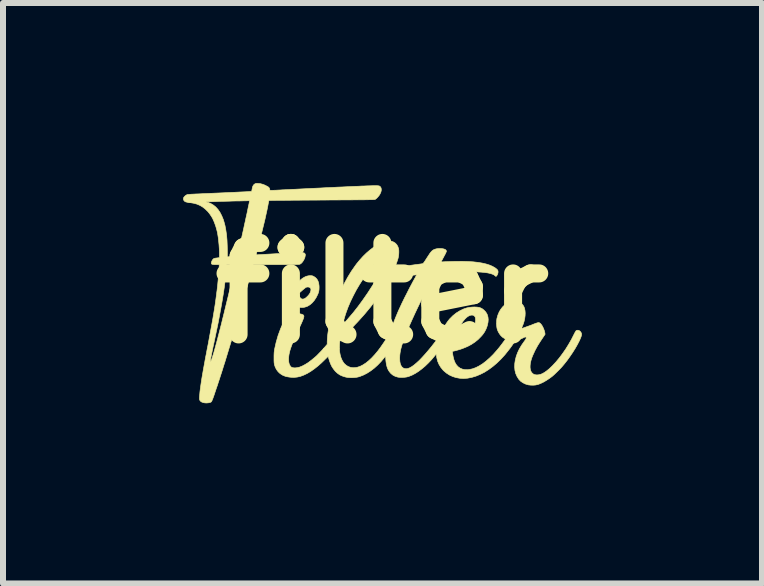
<source format=kicad_pcb>
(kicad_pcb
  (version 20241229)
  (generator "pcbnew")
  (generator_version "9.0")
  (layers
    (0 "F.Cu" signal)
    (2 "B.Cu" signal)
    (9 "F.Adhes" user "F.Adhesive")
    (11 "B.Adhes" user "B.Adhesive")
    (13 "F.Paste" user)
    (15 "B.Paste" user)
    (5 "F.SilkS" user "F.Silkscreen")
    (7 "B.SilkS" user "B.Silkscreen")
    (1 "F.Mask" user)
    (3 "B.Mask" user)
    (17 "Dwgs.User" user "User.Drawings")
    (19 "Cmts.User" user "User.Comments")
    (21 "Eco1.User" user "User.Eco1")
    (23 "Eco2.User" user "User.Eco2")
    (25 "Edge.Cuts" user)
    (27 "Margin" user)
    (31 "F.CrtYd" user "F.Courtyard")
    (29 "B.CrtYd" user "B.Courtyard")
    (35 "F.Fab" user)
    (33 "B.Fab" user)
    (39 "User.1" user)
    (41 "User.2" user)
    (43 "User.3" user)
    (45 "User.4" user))
  (footprint "filter"
    (layer "F.Cu")
    (at 3.319 1.831)
    (property "Reference" "filter" (at 0 0 0) (layer "F.SilkS") (effects (font (size 1.524 1.524) (thickness 0.3))))
    (attr through_hole)
    (fp_poly (pts (xy -1.186 -0.289) (xy -1.172 -0.288) (xy -1.159 -0.284) (xy -1.143 -0.277) (xy -1.142 -0.276) (xy -1.114 -0.257) (xy -1.091 -0.233) (xy -1.073 -0.202) (xy -1.061 -0.165) (xy -1.055 -0.122) (xy -1.054 -0.097) (xy -1.055 -0.061) (xy -1.059 -0.031) (xy -1.067 -0.002) (xy -1.077 0.023) (xy -1.104 0.077) (xy -1.135 0.124) (xy -1.169 0.163) (xy -1.206 0.195) (xy -1.246 0.219) (xy -1.272 0.229) (xy -1.309 0.239) (xy -1.346 0.241) (xy -1.381 0.237) (xy -1.412 0.226) (xy -1.437 0.208) (xy -1.458 0.184) (xy -1.468 0.166) (xy -1.473 0.153) (xy -1.477 0.142) (xy -1.479 0.129) (xy -1.479 0.112) (xy -1.48 0.102) (xy -1.479 0.082) (xy -1.478 0.068) (xy -1.476 0.057) (xy -1.471 0.047) (xy -1.468 0.04) (xy -1.456 0.024) (xy -1.442 0.011) (xy -1.427 0.002) (xy -1.422 0.001) (xy -1.392 0.001) (xy -1.389 0.005) (xy -1.386 0.012) (xy -1.385 0.024) (xy -1.384 0.032) (xy -1.381 0.057) (xy -1.37 0.077) (xy -1.355 0.092) (xy -1.338 0.1) (xy -1.319 0.1) (xy -1.297 0.094) (xy -1.296 0.093) (xy -1.281 0.084) (xy -1.263 0.069) (xy -1.244 0.051) (xy -1.227 0.032) (xy -1.213 0.013) (xy -1.205 -0.001) (xy -1.195 -0.026) (xy -1.19 -0.049) (xy -1.191 -0.069) (xy -1.193 -0.075) (xy -1.203 -0.088) (xy -1.218 -0.097) (xy -1.237 -0.101) (xy -1.256 -0.1) (xy -1.273 -0.095) (xy -1.281 -0.089) (xy -1.294 -0.079) (xy -1.31 -0.066) (xy -1.328 -0.051) (xy -1.336 -0.044) (xy -1.353 -0.029) (xy -1.368 -0.016) (xy -1.38 -0.006) (xy -1.387 -0.001) (xy -1.389 0) (xy -1.392 0.001) (xy -1.422 0.001) (xy -1.417 0) (xy -1.416 -0.003) (xy -1.421 -0.01) (xy -1.431 -0.021) (xy -1.433 -0.022) (xy -1.448 -0.039) (xy -1.457 -0.056) (xy -1.46 -0.073) (xy -1.457 -0.092) (xy -1.448 -0.114) (xy -1.436 -0.135) (xy -1.422 -0.157) (xy -1.402 -0.181) (xy -1.378 -0.205) (xy -1.354 -0.227) (xy -1.331 -0.245) (xy -1.318 -0.253) (xy -1.288 -0.27) (xy -1.26 -0.281) (xy -1.234 -0.287) (xy -1.206 -0.29) (xy -1.204 -0.29) (xy -1.186 -0.289)) (stroke (width 0.01) (type solid)) (fill yes) (layer "F.SilkS"))
    (fp_poly (pts (xy -2.075 -1.826) (xy -2.038 -1.823) (xy -1.998 -1.813) (xy -1.958 -1.798) (xy -1.919 -1.778) (xy -1.9 -1.767) (xy -1.885 -1.752) (xy -1.877 -1.733) (xy -1.875 -1.72) (xy -1.875 -1.717) (xy -1.875 -1.715) (xy -1.873 -1.713) (xy -1.87 -1.712) (xy -1.864 -1.711) (xy -1.854 -1.711) (xy -1.841 -1.711) (xy -1.823 -1.711) (xy -1.8 -1.712) (xy -1.77 -1.713) (xy -1.734 -1.715) (xy -1.691 -1.717) (xy -1.668 -1.719) (xy -1.637 -1.72) (xy -1.599 -1.722) (xy -1.554 -1.724) (xy -1.504 -1.727) (xy -1.45 -1.729) (xy -1.393 -1.732) (xy -1.334 -1.735) (xy -1.274 -1.738) (xy -1.214 -1.741) (xy -1.155 -1.744) (xy -1.154 -1.744) (xy -1.04 -1.749) (xy -0.934 -1.755) (xy -0.836 -1.759) (xy -0.746 -1.764) (xy -0.663 -1.767) (xy -0.586 -1.771) (xy -0.517 -1.774) (xy -0.454 -1.777) (xy -0.396 -1.779) (xy -0.345 -1.782) (xy -0.299 -1.783) (xy -0.258 -1.785) (xy -0.221 -1.786) (xy -0.189 -1.787) (xy -0.162 -1.788) (xy -0.138 -1.788) (xy -0.118 -1.788) (xy -0.101 -1.788) (xy -0.087 -1.788) (xy -0.075 -1.787) (xy -0.066 -1.786) (xy -0.059 -1.785) (xy -0.054 -1.784) (xy -0.05 -1.783) (xy -0.049 -1.782) (xy -0.032 -1.769) (xy -0.022 -1.751) (xy -0.018 -1.729) (xy -0.019 -1.704) (xy -0.027 -1.675) (xy -0.042 -1.645) (xy -0.045 -1.639) (xy -0.06 -1.618) (xy -0.078 -1.597) (xy -0.096 -1.578) (xy -0.114 -1.564) (xy -0.117 -1.562) (xy -0.118 -1.561) (xy -0.121 -1.56) (xy -0.123 -1.559) (xy -0.127 -1.558) (xy -0.132 -1.558) (xy -0.139 -1.557) (xy -0.148 -1.557) (xy -0.16 -1.556) (xy -0.174 -1.555) (xy -0.191 -1.555) (xy -0.212 -1.555) (xy -0.237 -1.554) (xy -0.266 -1.554) (xy -0.299 -1.553) (xy -0.337 -1.553) (xy -0.381 -1.553) (xy -0.43 -1.552) (xy -0.484 -1.552) (xy -0.545 -1.551) (xy -0.613 -1.551) (xy -0.687 -1.551) (xy -0.769 -1.55) (xy -0.858 -1.55) (xy -0.956 -1.549) (xy -1.008 -1.549) (xy -1.094 -1.548) (xy -1.177 -1.548) (xy -1.258 -1.547) (xy -1.335 -1.547) (xy -1.41 -1.546) (xy -1.48 -1.546) (xy -1.546 -1.545) (xy -1.608 -1.545) (xy -1.664 -1.544) (xy -1.716 -1.544) (xy -1.761 -1.544) (xy -1.8 -1.543) (xy -1.833 -1.543) (xy -1.858 -1.542) (xy -1.876 -1.542) (xy -1.887 -1.542) (xy -1.889 -1.541) (xy -1.891 -1.536) (xy -1.894 -1.525) (xy -1.897 -1.507) (xy -1.902 -1.486) (xy -1.905 -1.467) (xy -1.914 -1.42) (xy -1.925 -1.366) (xy -1.939 -1.304) (xy -1.954 -1.235) (xy -1.972 -1.16) (xy -1.992 -1.079) (xy -2.013 -0.992) (xy -2.036 -0.899) (xy -2.061 -0.802) (xy -2.074 -0.752) (xy -2.082 -0.722) (xy -2.088 -0.695) (xy -2.094 -0.672) (xy -2.099 -0.654) (xy -2.102 -0.642) (xy -2.103 -0.637) (xy -2.103 -0.637) (xy -2.098 -0.637) (xy -2.087 -0.637) (xy -2.069 -0.638) (xy -2.045 -0.64) (xy -2.017 -0.641) (xy -1.986 -0.643) (xy -1.973 -0.644) (xy -1.86 -0.65) (xy -1.755 -0.656) (xy -1.657 -0.66) (xy -1.567 -0.664) (xy -1.485 -0.666) (xy -1.436 -0.667) (xy -1.305 -0.67) (xy -1.293 -0.659) (xy -1.287 -0.652) (xy -1.284 -0.645) (xy -1.283 -0.636) (xy -1.285 -0.621) (xy -1.285 -0.621) (xy -1.29 -0.595) (xy -1.301 -0.567) (xy -1.315 -0.541) (xy -1.331 -0.517) (xy -1.349 -0.497) (xy -1.367 -0.484) (xy -1.369 -0.483) (xy -1.372 -0.481) (xy -1.376 -0.48) (xy -1.38 -0.479) (xy -1.385 -0.478) (xy -1.393 -0.477) (xy -1.402 -0.476) (xy -1.415 -0.476) (xy -1.431 -0.475) (xy -1.452 -0.475) (xy -1.476 -0.475) (xy -1.506 -0.474) (xy -1.541 -0.474) (xy -1.583 -0.474) (xy -1.631 -0.474) (xy -1.687 -0.474) (xy -1.75 -0.474) (xy -2.149 -0.474) (xy -2.212 -0.247) (xy -2.243 -0.136) (xy -2.276 -0.018) (xy -2.311 0.106) (xy -2.348 0.234) (xy -2.387 0.365) (xy -2.426 0.499) (xy -2.466 0.634) (xy -2.507 0.768) (xy -2.548 0.902) (xy -2.588 1.033) (xy -2.627 1.161) (xy -2.629 1.166) (xy -2.645 1.216) (xy -2.661 1.268) (xy -2.678 1.322) (xy -2.696 1.376) (xy -2.713 1.43) (xy -2.731 1.483) (xy -2.747 1.534) (xy -2.764 1.582) (xy -2.779 1.627) (xy -2.793 1.669) (xy -2.805 1.705) (xy -2.816 1.736) (xy -2.825 1.76) (xy -2.832 1.777) (xy -2.833 1.78) (xy -2.84 1.796) (xy -2.846 1.807) (xy -2.851 1.813) (xy -2.859 1.818) (xy -2.868 1.822) (xy -2.894 1.828) (xy -2.925 1.831) (xy -2.955 1.83) (xy -2.982 1.825) (xy -2.983 1.825) (xy -3.01 1.815) (xy -3.03 1.801) (xy -3.042 1.784) (xy -3.044 1.777) (xy -3.046 1.769) (xy -3.047 1.76) (xy -3.047 1.746) (xy -3.046 1.728) (xy -3.044 1.704) (xy -3.042 1.683) (xy -3.038 1.639) (xy -3.032 1.592) (xy -3.025 1.541) (xy -3.017 1.487) (xy -3.008 1.427) (xy -2.997 1.363) (xy -2.985 1.293) (xy -2.971 1.216) (xy -2.956 1.135) (xy -2.866 1.135) (xy -2.865 1.141) (xy -2.863 1.141) (xy -2.861 1.139) (xy -2.856 1.132) (xy -2.85 1.12) (xy -2.844 1.104) (xy -2.841 1.096) (xy -2.832 1.07) (xy -2.821 1.035) (xy -2.808 0.993) (xy -2.794 0.944) (xy -2.779 0.889) (xy -2.762 0.827) (xy -2.744 0.759) (xy -2.725 0.685) (xy -2.705 0.607) (xy -2.683 0.523) (xy -2.662 0.436) (xy -2.639 0.344) (xy -2.616 0.249) (xy -2.592 0.15) (xy -2.567 0.049) (xy -2.543 -0.054) (xy -2.518 -0.159) (xy -2.493 -0.267) (xy -2.487 -0.291) (xy -2.479 -0.328) (xy -2.471 -0.363) (xy -2.464 -0.395) (xy -2.457 -0.422) (xy -2.453 -0.443) (xy -2.449 -0.459) (xy -2.447 -0.468) (xy -2.447 -0.47) (xy -2.451 -0.472) (xy -2.463 -0.473) (xy -2.481 -0.474) (xy -2.505 -0.474) (xy -2.52 -0.474) (xy -2.593 -0.474) (xy -2.601 -0.386) (xy -2.609 -0.295) (xy -2.62 -0.198) (xy -2.633 -0.097) (xy -2.649 0.01) (xy -2.667 0.122) (xy -2.688 0.241) (xy -2.711 0.366) (xy -2.736 0.499) (xy -2.765 0.638) (xy -2.79 0.756) (xy -2.804 0.823) (xy -2.817 0.882) (xy -2.828 0.934) (xy -2.837 0.979) (xy -2.845 1.017) (xy -2.851 1.049) (xy -2.856 1.075) (xy -2.86 1.096) (xy -2.863 1.112) (xy -2.864 1.122) (xy -2.866 1.135) (xy -2.956 1.135) (xy -2.956 1.133) (xy -2.939 1.042) (xy -2.935 1.024) (xy -2.917 0.927) (xy -2.899 0.837) (xy -2.884 0.754) (xy -2.87 0.678) (xy -2.857 0.608) (xy -2.845 0.543) (xy -2.834 0.483) (xy -2.824 0.427) (xy -2.815 0.374) (xy -2.807 0.325) (xy -2.799 0.278) (xy -2.792 0.232) (xy -2.785 0.188) (xy -2.779 0.145) (xy -2.773 0.101) (xy -2.767 0.057) (xy -2.761 0.012) (xy -2.761 0.008) (xy -2.754 -0.043) (xy -2.748 -0.096) (xy -2.742 -0.15) (xy -2.737 -0.203) (xy -2.732 -0.254) (xy -2.727 -0.303) (xy -2.724 -0.348) (xy -2.721 -0.388) (xy -2.719 -0.421) (xy -2.718 -0.448) (xy -2.718 -0.454) (xy -2.718 -0.474) (xy -2.774 -0.474) (xy -2.801 -0.474) (xy -2.821 -0.476) (xy -2.835 -0.479) (xy -2.843 -0.483) (xy -2.848 -0.49) (xy -2.849 -0.499) (xy -2.849 -0.501) (xy -2.846 -0.517) (xy -2.839 -0.536) (xy -2.829 -0.553) (xy -2.817 -0.567) (xy -2.816 -0.568) (xy -2.809 -0.573) (xy -2.8 -0.577) (xy -2.787 -0.58) (xy -2.769 -0.583) (xy -2.758 -0.584) (xy -2.714 -0.59) (xy -2.714 -0.637) (xy -2.714 -0.69) (xy -2.717 -0.746) (xy -2.721 -0.805) (xy -2.727 -0.863) (xy -2.733 -0.919) (xy -2.741 -0.97) (xy -2.747 -1.007) (xy -2.759 -1.055) (xy -2.773 -1.105) (xy -2.79 -1.154) (xy -2.808 -1.2) (xy -2.827 -1.241) (xy -2.833 -1.253) (xy -2.867 -1.306) (xy -2.905 -1.355) (xy -2.948 -1.397) (xy -2.961 -1.408) (xy -3.001 -1.438) (xy -3.044 -1.462) (xy -3.089 -1.481) (xy -3.14 -1.495) (xy -3.196 -1.505) (xy -3.219 -1.508) (xy -3.24 -1.51) (xy -3.259 -1.514) (xy -3.273 -1.518) (xy -2.936 -1.518) (xy -2.908 -1.51) (xy -2.86 -1.492) (xy -2.816 -1.466) (xy -2.775 -1.433) (xy -2.738 -1.392) (xy -2.705 -1.344) (xy -2.676 -1.288) (xy -2.65 -1.225) (xy -2.64 -1.193) (xy -2.622 -1.127) (xy -2.608 -1.053) (xy -2.596 -0.972) (xy -2.588 -0.883) (xy -2.584 -0.786) (xy -2.582 -0.689) (xy -2.582 -0.601) (xy -2.573 -0.603) (xy -2.566 -0.604) (xy -2.551 -0.605) (xy -2.532 -0.607) (xy -2.509 -0.609) (xy -2.489 -0.61) (xy -2.465 -0.612) (xy -2.444 -0.613) (xy -2.428 -0.614) (xy -2.417 -0.615) (xy -2.414 -0.616) (xy -2.412 -0.62) (xy -2.409 -0.633) (xy -2.405 -0.652) (xy -2.399 -0.677) (xy -2.392 -0.708) (xy -2.384 -0.744) (xy -2.375 -0.785) (xy -2.365 -0.829) (xy -2.354 -0.877) (xy -2.343 -0.927) (xy -2.332 -0.978) (xy -2.32 -1.031) (xy -2.308 -1.085) (xy -2.297 -1.138) (xy -2.285 -1.19) (xy -2.274 -1.242) (xy -2.263 -1.291) (xy -2.253 -1.337) (xy -2.244 -1.381) (xy -2.236 -1.42) (xy -2.229 -1.454) (xy -2.222 -1.484) (xy -2.218 -1.507) (xy -2.214 -1.524) (xy -2.213 -1.534) (xy -2.212 -1.536) (xy -2.217 -1.537) (xy -2.229 -1.537) (xy -2.248 -1.537) (xy -2.273 -1.536) (xy -2.304 -1.536) (xy -2.339 -1.535) (xy -2.377 -1.534) (xy -2.419 -1.534) (xy -2.463 -1.533) (xy -2.508 -1.532) (xy -2.553 -1.53) (xy -2.599 -1.529) (xy -2.643 -1.528) (xy -2.686 -1.527) (xy -2.725 -1.526) (xy -2.762 -1.524) (xy -2.794 -1.523) (xy -2.817 -1.522) (xy -2.936 -1.518) (xy -3.273 -1.518) (xy -3.274 -1.518) (xy -3.28 -1.52) (xy -3.297 -1.531) (xy -3.309 -1.547) (xy -3.314 -1.565) (xy -3.312 -1.584) (xy -3.309 -1.591) (xy -3.297 -1.607) (xy -3.281 -1.622) (xy -3.263 -1.634) (xy -3.259 -1.636) (xy -3.255 -1.637) (xy -3.252 -1.639) (xy -3.249 -1.64) (xy -3.244 -1.641) (xy -3.238 -1.642) (xy -3.229 -1.642) (xy -3.219 -1.643) (xy -3.205 -1.644) (xy -3.187 -1.646) (xy -3.165 -1.647) (xy -3.139 -1.648) (xy -3.107 -1.65) (xy -3.07 -1.651) (xy -3.027 -1.653) (xy -2.976 -1.656) (xy -2.919 -1.658) (xy -2.854 -1.661) (xy -2.831 -1.662) (xy -2.733 -1.666) (xy -2.644 -1.67) (xy -2.563 -1.674) (xy -2.489 -1.677) (xy -2.424 -1.68) (xy -2.367 -1.683) (xy -2.318 -1.685) (xy -2.276 -1.687) (xy -2.242 -1.689) (xy -2.215 -1.691) (xy -2.196 -1.692) (xy -2.184 -1.693) (xy -2.179 -1.694) (xy -2.178 -1.694) (xy -2.177 -1.698) (xy -2.174 -1.709) (xy -2.171 -1.725) (xy -2.17 -1.733) (xy -2.164 -1.76) (xy -2.157 -1.781) (xy -2.148 -1.796) (xy -2.137 -1.809) (xy -2.13 -1.814) (xy -2.12 -1.82) (xy -2.112 -1.824) (xy -2.102 -1.826) (xy -2.088 -1.826) (xy -2.075 -1.826)) (stroke (width 0.01) (type solid)) (fill yes) (layer "F.SilkS"))
    (fp_poly (pts (xy 0.156 -0.862) (xy 0.188 -0.849) (xy 0.217 -0.83) (xy 0.24 -0.805) (xy 0.258 -0.774) (xy 0.27 -0.738) (xy 0.271 -0.733) (xy 0.274 -0.706) (xy 0.274 -0.674) (xy 0.272 -0.639) (xy 0.267 -0.604) (xy 0.261 -0.576) (xy 0.255 -0.557) (xy 0.247 -0.533) (xy 0.238 -0.506) (xy 0.229 -0.481) (xy 0.228 -0.48) (xy 0.221 -0.459) (xy 0.215 -0.442) (xy 0.21 -0.429) (xy 0.208 -0.422) (xy 0.208 -0.421) (xy 0.213 -0.421) (xy 0.223 -0.423) (xy 0.238 -0.425) (xy 0.239 -0.425) (xy 0.26 -0.429) (xy 0.288 -0.434) (xy 0.321 -0.439) (xy 0.358 -0.445) (xy 0.398 -0.451) (xy 0.438 -0.457) (xy 0.478 -0.463) (xy 0.516 -0.468) (xy 0.55 -0.473) (xy 0.578 -0.476) (xy 0.605 -0.48) (xy 0.629 -0.483) (xy 0.65 -0.486) (xy 0.665 -0.489) (xy 0.674 -0.49) (xy 0.675 -0.491) (xy 0.68 -0.495) (xy 0.689 -0.506) (xy 0.7 -0.521) (xy 0.713 -0.54) (xy 0.727 -0.562) (xy 0.728 -0.564) (xy 0.752 -0.601) (xy 0.772 -0.631) (xy 0.788 -0.656) (xy 0.803 -0.676) (xy 0.816 -0.691) (xy 0.828 -0.703) (xy 0.839 -0.712) (xy 0.85 -0.719) (xy 0.863 -0.725) (xy 0.875 -0.73) (xy 0.901 -0.737) (xy 0.929 -0.741) (xy 0.957 -0.742) (xy 0.986 -0.741) (xy 1.012 -0.737) (xy 1.034 -0.731) (xy 1.051 -0.723) (xy 1.062 -0.712) (xy 1.062 -0.711) (xy 1.066 -0.7) (xy 1.067 -0.694) (xy 1.065 -0.688) (xy 1.059 -0.675) (xy 1.051 -0.658) (xy 1.04 -0.636) (xy 1.027 -0.613) (xy 1.022 -0.602) (xy 1.009 -0.579) (xy 0.998 -0.557) (xy 0.988 -0.54) (xy 0.982 -0.527) (xy 0.979 -0.52) (xy 0.978 -0.519) (xy 0.983 -0.519) (xy 0.994 -0.519) (xy 1.011 -0.52) (xy 1.03 -0.521) (xy 1.031 -0.521) (xy 1.048 -0.522) (xy 1.072 -0.523) (xy 1.101 -0.524) (xy 1.134 -0.525) (xy 1.17 -0.526) (xy 1.207 -0.527) (xy 1.226 -0.527) (xy 1.329 -0.528) (xy 1.424 -0.525) (xy 1.511 -0.52) (xy 1.591 -0.511) (xy 1.663 -0.499) (xy 1.728 -0.484) (xy 1.785 -0.466) (xy 1.834 -0.445) (xy 1.877 -0.42) (xy 1.891 -0.41) (xy 1.908 -0.395) (xy 1.92 -0.382) (xy 1.925 -0.369) (xy 1.927 -0.353) (xy 1.927 -0.35) (xy 1.925 -0.334) (xy 1.92 -0.317) (xy 1.912 -0.3) (xy 1.904 -0.287) (xy 1.897 -0.28) (xy 1.89 -0.278) (xy 1.882 -0.283) (xy 1.879 -0.286) (xy 1.861 -0.301) (xy 1.834 -0.314) (xy 1.8 -0.325) (xy 1.757 -0.335) (xy 1.707 -0.342) (xy 1.648 -0.348) (xy 1.582 -0.352) (xy 1.507 -0.355) (xy 1.424 -0.355) (xy 1.333 -0.354) (xy 1.234 -0.351) (xy 1.127 -0.347) (xy 1.018 -0.341) (xy 0.988 -0.339) (xy 0.96 -0.337) (xy 0.935 -0.335) (xy 0.915 -0.334) (xy 0.9 -0.333) (xy 0.895 -0.332) (xy 0.877 -0.33) (xy 0.801 -0.183) (xy 0.743 -0.071) (xy 0.689 0.038) (xy 0.636 0.143) (xy 0.587 0.245) (xy 0.541 0.342) (xy 0.499 0.434) (xy 0.46 0.521) (xy 0.425 0.603) (xy 0.394 0.678) (xy 0.367 0.747) (xy 0.362 0.76) (xy 0.342 0.817) (xy 0.325 0.868) (xy 0.312 0.914) (xy 0.302 0.956) (xy 0.295 0.996) (xy 0.29 1.036) (xy 0.288 1.075) (xy 0.288 1.096) (xy 0.291 1.14) (xy 0.298 1.177) (xy 0.31 1.207) (xy 0.326 1.231) (xy 0.346 1.248) (xy 0.369 1.258) (xy 0.397 1.261) (xy 0.427 1.256) (xy 0.458 1.244) (xy 0.491 1.225) (xy 0.529 1.198) (xy 0.569 1.164) (xy 0.614 1.123) (xy 0.661 1.074) (xy 0.712 1.018) (xy 0.766 0.955) (xy 0.824 0.885) (xy 0.83 0.876) (xy 0.864 0.833) (xy 0.867 0.83) (xy 1.178 0.83) (xy 1.181 0.832) (xy 1.186 0.832) (xy 1.196 0.83) (xy 1.212 0.826) (xy 1.234 0.82) (xy 1.24 0.818) (xy 1.299 0.798) (xy 1.352 0.772) (xy 1.4 0.739) (xy 1.443 0.701) (xy 1.479 0.656) (xy 1.509 0.606) (xy 1.533 0.551) (xy 1.539 0.531) (xy 1.546 0.504) (xy 1.55 0.477) (xy 1.552 0.451) (xy 1.551 0.427) (xy 1.548 0.408) (xy 1.543 0.395) (xy 1.543 0.395) (xy 1.528 0.379) (xy 1.513 0.37) (xy 1.494 0.367) (xy 1.489 0.367) (xy 1.462 0.371) (xy 1.434 0.384) (xy 1.405 0.404) (xy 1.376 0.432) (xy 1.346 0.468) (xy 1.316 0.511) (xy 1.285 0.562) (xy 1.255 0.619) (xy 1.245 0.64) (xy 1.235 0.663) (xy 1.224 0.689) (xy 1.213 0.717) (xy 1.202 0.746) (xy 1.193 0.773) (xy 1.185 0.797) (xy 1.181 0.815) (xy 1.179 0.82) (xy 1.178 0.826) (xy 1.178 0.83) (xy 0.867 0.83) (xy 0.893 0.796) (xy 0.916 0.765) (xy 0.935 0.739) (xy 0.95 0.717) (xy 0.961 0.7) (xy 0.967 0.686) (xy 0.968 0.685) (xy 0.988 0.641) (xy 1.011 0.595) (xy 1.037 0.549) (xy 1.065 0.506) (xy 1.093 0.466) (xy 1.12 0.432) (xy 1.123 0.429) (xy 1.175 0.377) (xy 1.231 0.332) (xy 1.291 0.295) (xy 1.354 0.265) (xy 1.364 0.261) (xy 1.404 0.248) (xy 1.447 0.239) (xy 1.49 0.234) (xy 1.533 0.232) (xy 1.574 0.234) (xy 1.609 0.239) (xy 1.632 0.246) (xy 1.664 0.262) (xy 1.693 0.285) (xy 1.719 0.312) (xy 1.739 0.343) (xy 1.748 0.362) (xy 1.759 0.401) (xy 1.763 0.443) (xy 1.76 0.484) (xy 1.759 0.491) (xy 1.746 0.548) (xy 1.727 0.599) (xy 1.703 0.646) (xy 1.672 0.691) (xy 1.644 0.723) (xy 1.595 0.773) (xy 1.542 0.816) (xy 1.485 0.854) (xy 1.426 0.886) (xy 1.392 0.901) (xy 1.353 0.917) (xy 1.31 0.933) (xy 1.268 0.946) (xy 1.229 0.957) (xy 1.211 0.962) (xy 1.168 0.971) (xy 1.168 0.989) (xy 1.17 1.005) (xy 1.173 1.027) (xy 1.177 1.051) (xy 1.183 1.077) (xy 1.189 1.101) (xy 1.194 1.118) (xy 1.212 1.162) (xy 1.235 1.199) (xy 1.263 1.229) (xy 1.296 1.252) (xy 1.332 1.267) (xy 1.373 1.276) (xy 1.418 1.277) (xy 1.443 1.274) (xy 1.498 1.263) (xy 1.554 1.243) (xy 1.61 1.215) (xy 1.668 1.179) (xy 1.727 1.134) (xy 1.786 1.082) (xy 1.847 1.022) (xy 1.907 0.954) (xy 1.942 0.912) (xy 1.958 0.892) (xy 1.975 0.87) (xy 1.992 0.848) (xy 2.008 0.826) (xy 2.023 0.806) (xy 2.035 0.79) (xy 2.043 0.777) (xy 2.048 0.769) (xy 2.049 0.768) (xy 2.045 0.764) (xy 2.036 0.758) (xy 2.026 0.752) (xy 1.999 0.734) (xy 1.973 0.709) (xy 1.95 0.679) (xy 1.93 0.645) (xy 1.915 0.609) (xy 1.911 0.595) (xy 1.906 0.568) (xy 1.903 0.535) (xy 1.902 0.513) (xy 2.042 0.513) (xy 2.043 0.516) (xy 2.048 0.545) (xy 2.057 0.57) (xy 2.068 0.59) (xy 2.077 0.601) (xy 2.087 0.609) (xy 2.095 0.613) (xy 2.097 0.614) (xy 2.103 0.611) (xy 2.11 0.602) (xy 2.116 0.594) (xy 2.131 0.567) (xy 2.147 0.535) (xy 2.162 0.501) (xy 2.173 0.468) (xy 2.179 0.45) (xy 2.185 0.423) (xy 2.189 0.398) (xy 2.19 0.37) (xy 2.19 0.361) (xy 2.19 0.34) (xy 2.19 0.326) (xy 2.189 0.317) (xy 2.186 0.311) (xy 2.182 0.305) (xy 2.18 0.303) (xy 2.168 0.294) (xy 2.155 0.293) (xy 2.141 0.299) (xy 2.124 0.313) (xy 2.106 0.335) (xy 2.096 0.349) (xy 2.076 0.382) (xy 2.06 0.417) (xy 2.049 0.451) (xy 2.043 0.484) (xy 2.042 0.513) (xy 1.902 0.513) (xy 1.902 0.5) (xy 1.903 0.465) (xy 1.906 0.434) (xy 1.908 0.423) (xy 1.924 0.366) (xy 1.946 0.314) (xy 1.969 0.275) (xy 2.001 0.233) (xy 2.036 0.199) (xy 2.075 0.173) (xy 2.116 0.154) (xy 2.16 0.143) (xy 2.208 0.141) (xy 2.218 0.141) (xy 2.257 0.147) (xy 2.29 0.159) (xy 2.319 0.177) (xy 2.342 0.202) (xy 2.358 0.228) (xy 2.369 0.258) (xy 2.376 0.295) (xy 2.379 0.335) (xy 2.377 0.379) (xy 2.371 0.424) (xy 2.361 0.47) (xy 2.347 0.515) (xy 2.332 0.551) (xy 2.324 0.567) (xy 2.319 0.58) (xy 2.316 0.588) (xy 2.316 0.59) (xy 2.321 0.59) (xy 2.332 0.586) (xy 2.35 0.581) (xy 2.372 0.573) (xy 2.397 0.564) (xy 2.425 0.554) (xy 2.455 0.543) (xy 2.485 0.532) (xy 2.501 0.525) (xy 2.532 0.513) (xy 2.556 0.504) (xy 2.575 0.498) (xy 2.589 0.494) (xy 2.599 0.492) (xy 2.607 0.493) (xy 2.614 0.495) (xy 2.619 0.497) (xy 2.633 0.508) (xy 2.648 0.525) (xy 2.663 0.548) (xy 2.677 0.575) (xy 2.689 0.603) (xy 2.699 0.632) (xy 2.706 0.66) (xy 2.707 0.666) (xy 2.71 0.687) (xy 2.657 0.766) (xy 2.629 0.808) (xy 2.605 0.846) (xy 2.584 0.88) (xy 2.566 0.913) (xy 2.548 0.946) (xy 2.531 0.98) (xy 2.531 0.982) (xy 2.506 1.036) (xy 2.487 1.084) (xy 2.474 1.128) (xy 2.465 1.168) (xy 2.461 1.205) (xy 2.46 1.236) (xy 2.464 1.269) (xy 2.471 1.295) (xy 2.482 1.317) (xy 2.497 1.335) (xy 2.516 1.35) (xy 2.536 1.359) (xy 2.561 1.363) (xy 2.577 1.364) (xy 2.607 1.361) (xy 2.639 1.353) (xy 2.671 1.339) (xy 2.705 1.319) (xy 2.741 1.293) (xy 2.781 1.26) (xy 2.823 1.22) (xy 2.836 1.207) (xy 2.891 1.148) (xy 2.946 1.082) (xy 3 1.01) (xy 3.053 0.934) (xy 3.102 0.855) (xy 3.148 0.775) (xy 3.186 0.7) (xy 3.197 0.678) (xy 3.207 0.659) (xy 3.216 0.643) (xy 3.223 0.633) (xy 3.225 0.629) (xy 3.24 0.621) (xy 3.257 0.619) (xy 3.275 0.624) (xy 3.291 0.634) (xy 3.305 0.65) (xy 3.315 0.669) (xy 3.315 0.67) (xy 3.318 0.683) (xy 3.317 0.7) (xy 3.312 0.72) (xy 3.303 0.745) (xy 3.29 0.775) (xy 3.281 0.795) (xy 3.249 0.857) (xy 3.212 0.922) (xy 3.17 0.989) (xy 3.125 1.055) (xy 3.078 1.121) (xy 3.029 1.183) (xy 2.997 1.221) (xy 2.975 1.246) (xy 2.948 1.274) (xy 2.919 1.303) (xy 2.89 1.331) (xy 2.862 1.358) (xy 2.837 1.38) (xy 2.823 1.392) (xy 2.779 1.424) (xy 2.735 1.453) (xy 2.69 1.48) (xy 2.647 1.501) (xy 2.606 1.518) (xy 2.587 1.524) (xy 2.551 1.532) (xy 2.511 1.535) (xy 2.471 1.534) (xy 2.433 1.53) (xy 2.426 1.528) (xy 2.379 1.514) (xy 2.338 1.493) (xy 2.302 1.468) (xy 2.273 1.437) (xy 2.27 1.433) (xy 2.242 1.388) (xy 2.221 1.34) (xy 2.208 1.288) (xy 2.203 1.233) (xy 2.205 1.174) (xy 2.214 1.115) (xy 2.23 1.053) (xy 2.253 0.991) (xy 2.282 0.93) (xy 2.319 0.868) (xy 2.363 0.805) (xy 2.37 0.796) (xy 2.385 0.774) (xy 2.394 0.758) (xy 2.396 0.745) (xy 2.393 0.736) (xy 2.388 0.733) (xy 2.382 0.731) (xy 2.374 0.733) (xy 2.362 0.738) (xy 2.344 0.747) (xy 2.318 0.759) (xy 2.291 0.768) (xy 2.266 0.775) (xy 2.245 0.779) (xy 2.24 0.779) (xy 2.233 0.779) (xy 2.227 0.782) (xy 2.22 0.787) (xy 2.212 0.796) (xy 2.202 0.81) (xy 2.189 0.83) (xy 2.187 0.833) (xy 2.158 0.876) (xy 2.124 0.923) (xy 2.086 0.971) (xy 2.047 1.02) (xy 2.037 1.032) (xy 1.973 1.102) (xy 1.907 1.166) (xy 1.84 1.223) (xy 1.771 1.274) (xy 1.702 1.318) (xy 1.631 1.354) (xy 1.561 1.383) (xy 1.491 1.404) (xy 1.421 1.418) (xy 1.353 1.423) (xy 1.346 1.423) (xy 1.286 1.419) (xy 1.226 1.408) (xy 1.17 1.39) (xy 1.116 1.365) (xy 1.067 1.333) (xy 1.023 1.296) (xy 1.01 1.283) (xy 0.972 1.236) (xy 0.942 1.186) (xy 0.92 1.134) (xy 0.906 1.078) (xy 0.902 1.052) (xy 0.9 1.036) (xy 0.898 1.025) (xy 0.897 1.019) (xy 0.897 1.018) (xy 0.894 1.021) (xy 0.887 1.028) (xy 0.877 1.04) (xy 0.869 1.049) (xy 0.819 1.109) (xy 0.766 1.165) (xy 0.712 1.217) (xy 0.657 1.263) (xy 0.603 1.304) (xy 0.548 1.339) (xy 0.495 1.367) (xy 0.445 1.387) (xy 0.427 1.393) (xy 0.401 1.399) (xy 0.37 1.403) (xy 0.337 1.405) (xy 0.304 1.405) (xy 0.274 1.403) (xy 0.255 1.4) (xy 0.213 1.387) (xy 0.175 1.367) (xy 0.142 1.34) (xy 0.115 1.308) (xy 0.113 1.305) (xy 0.096 1.277) (xy 0.083 1.247) (xy 0.073 1.214) (xy 0.065 1.177) (xy 0.059 1.134) (xy 0.056 1.096) (xy 0.053 1.048) (xy 0.027 1.082) (xy -0.024 1.143) (xy -0.078 1.199) (xy -0.134 1.25) (xy -0.193 1.295) (xy -0.253 1.334) (xy -0.313 1.365) (xy -0.374 1.389) (xy -0.4 1.397) (xy -0.428 1.403) (xy -0.461 1.407) (xy -0.496 1.409) (xy -0.532 1.409) (xy -0.566 1.407) (xy -0.577 1.406) (xy -0.61 1.4) (xy -0.645 1.39) (xy -0.678 1.378) (xy -0.707 1.364) (xy -0.711 1.362) (xy -0.748 1.336) (xy -0.784 1.303) (xy -0.816 1.263) (xy -0.845 1.218) (xy -0.849 1.209) (xy -0.858 1.19) (xy -0.868 1.166) (xy -0.878 1.138) (xy -0.887 1.111) (xy -0.895 1.085) (xy -0.9 1.065) (xy -0.901 1.061) (xy -0.902 1.059) (xy -0.905 1.06) (xy -0.911 1.063) (xy -0.919 1.07) (xy -0.931 1.082) (xy -0.948 1.098) (xy -0.966 1.116) (xy -0.996 1.145) (xy -1.021 1.169) (xy -1.044 1.189) (xy -1.065 1.208) (xy -1.086 1.225) (xy -1.109 1.243) (xy -1.13 1.26) (xy -1.191 1.303) (xy -1.251 1.339) (xy -1.31 1.367) (xy -1.366 1.388) (xy -1.42 1.4) (xy -1.472 1.405) (xy -1.479 1.405) (xy -1.504 1.404) (xy -1.534 1.402) (xy -1.563 1.398) (xy -1.591 1.393) (xy -1.614 1.387) (xy -1.619 1.386) (xy -1.664 1.367) (xy -1.703 1.342) (xy -1.736 1.311) (xy -1.764 1.274) (xy -1.785 1.232) (xy -1.796 1.199) (xy -1.799 1.187) (xy -1.801 1.175) (xy -1.803 1.162) (xy -1.804 1.146) (xy -1.805 1.126) (xy -1.805 1.1) (xy -1.805 1.077) (xy -1.805 1.044) (xy -1.804 1.016) (xy -1.803 0.994) (xy -1.801 0.974) (xy -1.798 0.954) (xy -1.796 0.938) (xy -1.77 0.822) (xy -1.737 0.707) (xy -1.695 0.593) (xy -1.644 0.479) (xy -1.644 0.478) (xy -1.633 0.456) (xy -1.623 0.436) (xy -1.613 0.419) (xy -1.606 0.407) (xy -1.603 0.403) (xy -1.586 0.389) (xy -1.563 0.377) (xy -1.534 0.365) (xy -1.502 0.356) (xy -1.468 0.348) (xy -1.435 0.344) (xy -1.409 0.343) (xy -1.39 0.344) (xy -1.369 0.347) (xy -1.349 0.351) (xy -1.332 0.357) (xy -1.321 0.362) (xy -1.32 0.363) (xy -1.315 0.368) (xy -1.311 0.373) (xy -1.308 0.38) (xy -1.307 0.388) (xy -1.308 0.398) (xy -1.311 0.41) (xy -1.316 0.427) (xy -1.324 0.447) (xy -1.334 0.471) (xy -1.347 0.501) (xy -1.363 0.536) (xy -1.382 0.578) (xy -1.405 0.626) (xy -1.411 0.64) (xy -1.442 0.708) (xy -1.469 0.768) (xy -1.492 0.823) (xy -1.511 0.873) (xy -1.527 0.917) (xy -1.54 0.958) (xy -1.549 0.995) (xy -1.556 1.029) (xy -1.56 1.061) (xy -1.562 1.091) (xy -1.562 1.099) (xy -1.561 1.135) (xy -1.556 1.166) (xy -1.548 1.191) (xy -1.539 1.207) (xy -1.527 1.225) (xy -1.513 1.236) (xy -1.495 1.243) (xy -1.472 1.246) (xy -1.456 1.247) (xy -1.418 1.243) (xy -1.377 1.233) (xy -1.333 1.215) (xy -1.286 1.19) (xy -1.236 1.159) (xy -1.183 1.119) (xy -1.126 1.072) (xy -1.123 1.07) (xy -1.091 1.041) (xy -1.055 1.004) (xy -1.014 0.962) (xy -0.97 0.912) (xy -0.959 0.9) (xy -0.715 0.9) (xy -0.715 0.928) (xy -0.714 0.955) (xy -0.712 0.977) (xy -0.712 0.979) (xy -0.702 1.032) (xy -0.688 1.08) (xy -0.669 1.123) (xy -0.647 1.159) (xy -0.63 1.179) (xy -0.599 1.206) (xy -0.564 1.226) (xy -0.526 1.239) (xy -0.485 1.244) (xy -0.442 1.241) (xy -0.417 1.236) (xy -0.371 1.221) (xy -0.324 1.197) (xy -0.276 1.166) (xy -0.227 1.127) (xy -0.177 1.08) (xy -0.126 1.025) (xy -0.075 0.964) (xy -0.033 0.908) (xy -0.002 0.863) (xy 0.029 0.818) (xy 0.057 0.775) (xy 0.082 0.734) (xy 0.104 0.696) (xy 0.122 0.661) (xy 0.136 0.632) (xy 0.144 0.611) (xy 0.158 0.571) (xy 0.175 0.525) (xy 0.194 0.476) (xy 0.214 0.423) (xy 0.236 0.37) (xy 0.258 0.318) (xy 0.265 0.301) (xy 0.282 0.264) (xy 0.302 0.221) (xy 0.324 0.173) (xy 0.349 0.122) (xy 0.375 0.069) (xy 0.403 0.015) (xy 0.43 -0.039) (xy 0.456 -0.09) (xy 0.482 -0.138) (xy 0.505 -0.182) (xy 0.522 -0.213) (xy 0.536 -0.238) (xy 0.548 -0.26) (xy 0.558 -0.279) (xy 0.566 -0.293) (xy 0.57 -0.301) (xy 0.571 -0.303) (xy 0.566 -0.303) (xy 0.554 -0.302) (xy 0.536 -0.3) (xy 0.512 -0.297) (xy 0.484 -0.294) (xy 0.452 -0.291) (xy 0.417 -0.287) (xy 0.381 -0.283) (xy 0.344 -0.279) (xy 0.307 -0.275) (xy 0.272 -0.271) (xy 0.238 -0.268) (xy 0.208 -0.264) (xy 0.182 -0.261) (xy 0.162 -0.258) (xy 0.147 -0.256) (xy 0.141 -0.256) (xy 0.135 -0.254) (xy 0.13 -0.25) (xy 0.124 -0.243) (xy 0.116 -0.232) (xy 0.107 -0.215) (xy 0.101 -0.206) (xy 0.037 -0.098) (xy -0.034 0.011) (xy -0.113 0.122) (xy -0.198 0.233) (xy -0.29 0.344) (xy -0.317 0.375) (xy -0.345 0.406) (xy -0.371 0.435) (xy -0.396 0.463) (xy -0.422 0.491) (xy -0.45 0.52) (xy -0.48 0.552) (xy -0.513 0.586) (xy -0.551 0.625) (xy -0.574 0.648) (xy -0.608 0.683) (xy -0.638 0.714) (xy -0.663 0.74) (xy -0.682 0.761) (xy -0.695 0.777) (xy -0.703 0.787) (xy -0.704 0.789) (xy -0.708 0.801) (xy -0.711 0.82) (xy -0.713 0.844) (xy -0.714 0.871) (xy -0.715 0.9) (xy -0.959 0.9) (xy -0.955 0.896) (xy -0.919 0.854) (xy -0.919 0.813) (xy -0.917 0.768) (xy -0.913 0.716) (xy -0.906 0.66) (xy -0.897 0.6) (xy -0.885 0.538) (xy -0.882 0.522) (xy -0.66 0.522) (xy -0.66 0.522) (xy -0.66 0.523) (xy -0.657 0.522) (xy -0.653 0.518) (xy -0.646 0.511) (xy -0.636 0.5) (xy -0.622 0.485) (xy -0.604 0.465) (xy -0.581 0.439) (xy -0.566 0.421) (xy -0.484 0.325) (xy -0.404 0.223) (xy -0.325 0.115) (xy -0.246 0.001) (xy -0.167 -0.121) (xy -0.088 -0.251) (xy -0.01 -0.388) (xy 0.000376 -0.405) (xy 0.023 -0.447) (xy 0.042 -0.481) (xy 0.057 -0.511) (xy 0.07 -0.535) (xy 0.079 -0.555) (xy 0.086 -0.573) (xy 0.091 -0.587) (xy 0.094 -0.601) (xy 0.096 -0.614) (xy 0.096 -0.617) (xy 0.097 -0.633) (xy 0.096 -0.644) (xy 0.093 -0.652) (xy 0.089 -0.657) (xy 0.077 -0.666) (xy 0.061 -0.668) (xy 0.043 -0.662) (xy 0.021 -0.649) (xy -0.001 -0.631) (xy -0.011 -0.621) (xy -0.025 -0.606) (xy -0.042 -0.586) (xy -0.063 -0.562) (xy -0.086 -0.535) (xy -0.111 -0.506) (xy -0.136 -0.476) (xy -0.161 -0.446) (xy -0.185 -0.416) (xy -0.208 -0.388) (xy -0.229 -0.363) (xy -0.246 -0.341) (xy -0.255 -0.329) (xy -0.317 -0.241) (xy -0.377 -0.148) (xy -0.434 -0.052) (xy -0.485 0.045) (xy -0.532 0.142) (xy -0.573 0.239) (xy -0.607 0.332) (xy -0.609 0.339) (xy -0.616 0.359) (xy -0.623 0.382) (xy -0.63 0.407) (xy -0.638 0.433) (xy -0.645 0.458) (xy -0.651 0.481) (xy -0.656 0.5) (xy -0.659 0.514) (xy -0.66 0.522) (xy -0.882 0.522) (xy -0.872 0.475) (xy -0.858 0.413) (xy -0.848 0.378) (xy -0.816 0.269) (xy -0.777 0.159) (xy -0.733 0.049) (xy -0.685 -0.059) (xy -0.632 -0.164) (xy -0.576 -0.266) (xy -0.517 -0.362) (xy -0.455 -0.451) (xy -0.432 -0.483) (xy -0.378 -0.549) (xy -0.323 -0.61) (xy -0.266 -0.666) (xy -0.209 -0.715) (xy -0.151 -0.759) (xy -0.093 -0.795) (xy -0.036 -0.825) (xy 0.02 -0.848) (xy 0.074 -0.862) (xy 0.083 -0.864) (xy 0.121 -0.867) (xy 0.156 -0.862)) (stroke (width 0.01) (type solid)) (fill yes) (layer "F.SilkS")))
  (gr_rect
    (start -3 -3)
    (end 9.642 6.668)
    (stroke (width 0.1) (type default))
    (fill no)
    (layer "Edge.Cuts")))
</source>
